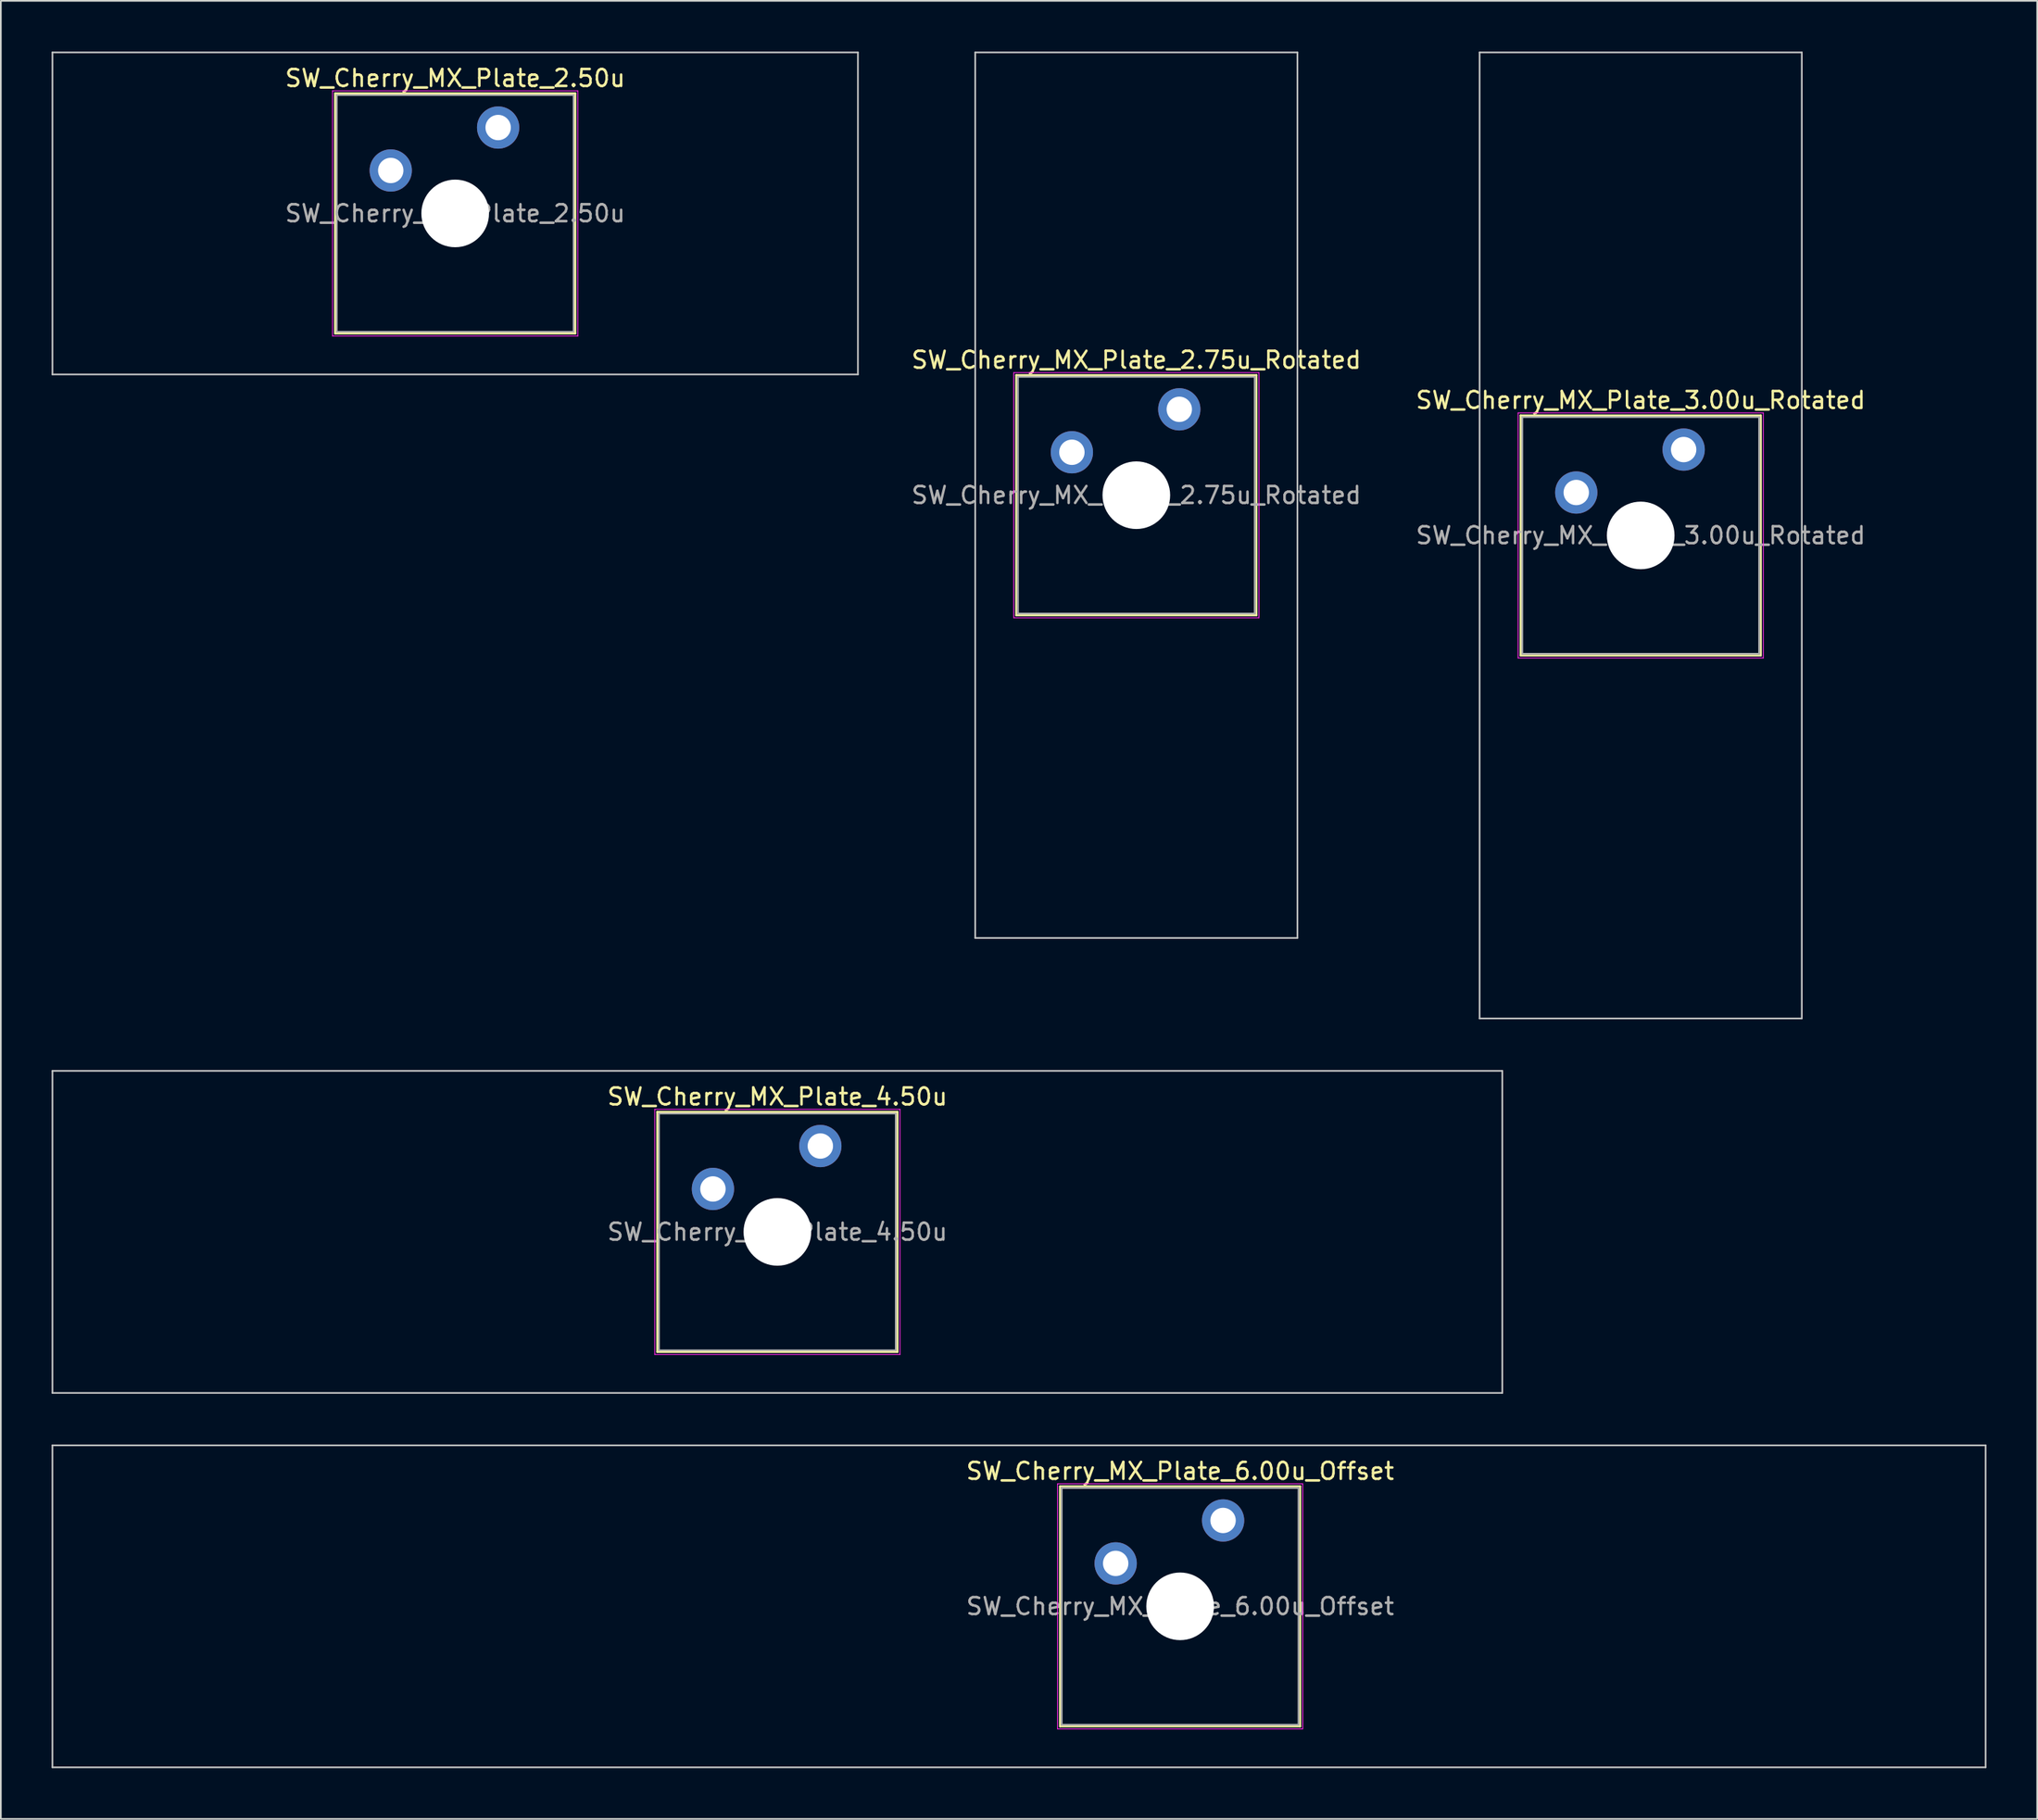
<source format=kicad_pcb>
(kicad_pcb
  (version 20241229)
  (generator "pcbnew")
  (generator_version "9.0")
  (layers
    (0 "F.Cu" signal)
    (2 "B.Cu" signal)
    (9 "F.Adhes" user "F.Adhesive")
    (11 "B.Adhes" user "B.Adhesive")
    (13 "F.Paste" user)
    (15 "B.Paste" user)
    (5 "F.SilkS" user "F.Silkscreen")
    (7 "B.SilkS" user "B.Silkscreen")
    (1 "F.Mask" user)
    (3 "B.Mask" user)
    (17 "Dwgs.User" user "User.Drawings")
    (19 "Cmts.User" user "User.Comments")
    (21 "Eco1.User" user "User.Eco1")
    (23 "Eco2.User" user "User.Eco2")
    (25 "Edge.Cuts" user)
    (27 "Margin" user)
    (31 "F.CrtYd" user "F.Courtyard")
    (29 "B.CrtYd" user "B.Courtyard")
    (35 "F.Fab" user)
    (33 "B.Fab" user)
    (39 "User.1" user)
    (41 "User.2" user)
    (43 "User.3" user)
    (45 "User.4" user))
  (footprint "SW_Cherry_MX_Plate_2.50u"
    (layer "F.Cu")
    (at 23.863 9.575)
    (property "Reference" "SW_Cherry_MX_Plate_2.50u" (at 0 -8 0) (layer "F.SilkS") (effects (font (size 1 1) (thickness 0.15))))
    (attr through_hole)
    (fp_line (start -7.1 -7.1) (end -7.1 7.1) (stroke (width 0.12) (type solid)) (layer "F.SilkS"))
    (fp_line (start -7.1 7.1) (end 7.1 7.1) (stroke (width 0.12) (type solid)) (layer "F.SilkS"))
    (fp_line (start 7.1 -7.1) (end -7.1 -7.1) (stroke (width 0.12) (type solid)) (layer "F.SilkS"))
    (fp_line (start 7.1 7.1) (end 7.1 -7.1) (stroke (width 0.12) (type solid)) (layer "F.SilkS"))
    (fp_line (start -23.812 -9.525) (end -23.812 9.525) (stroke (width 0.1) (type solid)) (layer "Dwgs.User"))
    (fp_line (start -23.812 9.525) (end 23.812 9.525) (stroke (width 0.1) (type solid)) (layer "Dwgs.User"))
    (fp_line (start 23.812 -9.525) (end -23.812 -9.525) (stroke (width 0.1) (type solid)) (layer "Dwgs.User"))
    (fp_line (start 23.812 9.525) (end 23.812 -9.525) (stroke (width 0.1) (type solid)) (layer "Dwgs.User"))
    (fp_line (start -7.25 -7.25) (end -7.25 7.25) (stroke (width 0.05) (type solid)) (layer "F.CrtYd"))
    (fp_line (start -7.25 7.25) (end 7.25 7.25) (stroke (width 0.05) (type solid)) (layer "F.CrtYd"))
    (fp_line (start 7.25 -7.25) (end -7.25 -7.25) (stroke (width 0.05) (type solid)) (layer "F.CrtYd"))
    (fp_line (start 7.25 7.25) (end 7.25 -7.25) (stroke (width 0.05) (type solid)) (layer "F.CrtYd"))
    (fp_line (start -7 -7) (end -7 7) (stroke (width 0.1) (type solid)) (layer "F.Fab"))
    (fp_line (start -7 7) (end 7 7) (stroke (width 0.1) (type solid)) (layer "F.Fab"))
    (fp_line (start 7 -7) (end -7 -7) (stroke (width 0.1) (type solid)) (layer "F.Fab"))
    (fp_line (start 7 7) (end 7 -7) (stroke (width 0.1) (type solid)) (layer "F.Fab"))
    (fp_text user "${REFERENCE}" (at 0 0 0) (layer "F.Fab") (effects (font (size 1 1) (thickness 0.15))))
    (pad "" np_thru_hole circle (at 0 0) (size 4 4) (drill 4) (layers "*.Cu" "*.Mask"))
    (pad "1" thru_hole circle (at -3.81 -2.54) (size 2.5 2.5) (drill 1.5) (layers "*.Cu" "B.Mask"))
    (pad "2" thru_hole circle (at 2.54 -5.08) (size 2.5 2.5) (drill 1.5) (layers "*.Cu" "B.Mask")))
  (footprint "SW_Cherry_MX_Plate_2.75u_Rotated"
    (layer "F.Cu")
    (at 64.136 26.244)
    (property "Reference" "SW_Cherry_MX_Plate_2.75u_Rotated" (at 0 -8 0) (layer "F.SilkS") (effects (font (size 1 1) (thickness 0.15))))
    (attr through_hole)
    (fp_line (start -7.1 -7.1) (end -7.1 7.1) (stroke (width 0.12) (type solid)) (layer "F.SilkS"))
    (fp_line (start -7.1 7.1) (end 7.1 7.1) (stroke (width 0.12) (type solid)) (layer "F.SilkS"))
    (fp_line (start 7.1 -7.1) (end -7.1 -7.1) (stroke (width 0.12) (type solid)) (layer "F.SilkS"))
    (fp_line (start 7.1 7.1) (end 7.1 -7.1) (stroke (width 0.12) (type solid)) (layer "F.SilkS"))
    (fp_line (start -9.525 -26.194) (end -9.525 26.194) (stroke (width 0.1) (type solid)) (layer "Dwgs.User"))
    (fp_line (start -9.525 26.194) (end 9.525 26.194) (stroke (width 0.1) (type solid)) (layer "Dwgs.User"))
    (fp_line (start 9.525 -26.194) (end -9.525 -26.194) (stroke (width 0.1) (type solid)) (layer "Dwgs.User"))
    (fp_line (start 9.525 26.194) (end 9.525 -26.194) (stroke (width 0.1) (type solid)) (layer "Dwgs.User"))
    (fp_line (start -7.25 -7.25) (end -7.25 7.25) (stroke (width 0.05) (type solid)) (layer "F.CrtYd"))
    (fp_line (start -7.25 7.25) (end 7.25 7.25) (stroke (width 0.05) (type solid)) (layer "F.CrtYd"))
    (fp_line (start 7.25 -7.25) (end -7.25 -7.25) (stroke (width 0.05) (type solid)) (layer "F.CrtYd"))
    (fp_line (start 7.25 7.25) (end 7.25 -7.25) (stroke (width 0.05) (type solid)) (layer "F.CrtYd"))
    (fp_line (start -7 -7) (end -7 7) (stroke (width 0.1) (type solid)) (layer "F.Fab"))
    (fp_line (start -7 7) (end 7 7) (stroke (width 0.1) (type solid)) (layer "F.Fab"))
    (fp_line (start 7 -7) (end -7 -7) (stroke (width 0.1) (type solid)) (layer "F.Fab"))
    (fp_line (start 7 7) (end 7 -7) (stroke (width 0.1) (type solid)) (layer "F.Fab"))
    (fp_text user "${REFERENCE}" (at 0 0 0) (layer "F.Fab") (effects (font (size 1 1) (thickness 0.15))))
    (pad "" np_thru_hole circle (at 0 0) (size 4 4) (drill 4) (layers "*.Cu" "*.Mask"))
    (pad "1" thru_hole circle (at -3.81 -2.54) (size 2.5 2.5) (drill 1.5) (layers "*.Cu" "B.Mask"))
    (pad "2" thru_hole circle (at 2.54 -5.08) (size 2.5 2.5) (drill 1.5) (layers "*.Cu" "B.Mask")))
  (footprint "SW_Cherry_MX_Plate_3.00u_Rotated"
    (layer "F.Cu")
    (at 93.957 28.625)
    (property "Reference" "SW_Cherry_MX_Plate_3.00u_Rotated" (at 0 -8 0) (layer "F.SilkS") (effects (font (size 1 1) (thickness 0.15))))
    (attr through_hole)
    (fp_line (start -7.1 -7.1) (end -7.1 7.1) (stroke (width 0.12) (type solid)) (layer "F.SilkS"))
    (fp_line (start -7.1 7.1) (end 7.1 7.1) (stroke (width 0.12) (type solid)) (layer "F.SilkS"))
    (fp_line (start 7.1 -7.1) (end -7.1 -7.1) (stroke (width 0.12) (type solid)) (layer "F.SilkS"))
    (fp_line (start 7.1 7.1) (end 7.1 -7.1) (stroke (width 0.12) (type solid)) (layer "F.SilkS"))
    (fp_line (start -9.525 -28.575) (end -9.525 28.575) (stroke (width 0.1) (type solid)) (layer "Dwgs.User"))
    (fp_line (start -9.525 28.575) (end 9.525 28.575) (stroke (width 0.1) (type solid)) (layer "Dwgs.User"))
    (fp_line (start 9.525 -28.575) (end -9.525 -28.575) (stroke (width 0.1) (type solid)) (layer "Dwgs.User"))
    (fp_line (start 9.525 28.575) (end 9.525 -28.575) (stroke (width 0.1) (type solid)) (layer "Dwgs.User"))
    (fp_line (start -7.25 -7.25) (end -7.25 7.25) (stroke (width 0.05) (type solid)) (layer "F.CrtYd"))
    (fp_line (start -7.25 7.25) (end 7.25 7.25) (stroke (width 0.05) (type solid)) (layer "F.CrtYd"))
    (fp_line (start 7.25 -7.25) (end -7.25 -7.25) (stroke (width 0.05) (type solid)) (layer "F.CrtYd"))
    (fp_line (start 7.25 7.25) (end 7.25 -7.25) (stroke (width 0.05) (type solid)) (layer "F.CrtYd"))
    (fp_line (start -7 -7) (end -7 7) (stroke (width 0.1) (type solid)) (layer "F.Fab"))
    (fp_line (start -7 7) (end 7 7) (stroke (width 0.1) (type solid)) (layer "F.Fab"))
    (fp_line (start 7 -7) (end -7 -7) (stroke (width 0.1) (type solid)) (layer "F.Fab"))
    (fp_line (start 7 7) (end 7 -7) (stroke (width 0.1) (type solid)) (layer "F.Fab"))
    (fp_text user "${REFERENCE}" (at 0 0 0) (layer "F.Fab") (effects (font (size 1 1) (thickness 0.15))))
    (pad "" np_thru_hole circle (at 0 0) (size 4 4) (drill 4) (layers "*.Cu" "*.Mask"))
    (pad "1" thru_hole circle (at -3.81 -2.54) (size 2.5 2.5) (drill 1.5) (layers "*.Cu" "B.Mask"))
    (pad "2" thru_hole circle (at 2.54 -5.08) (size 2.5 2.5) (drill 1.5) (layers "*.Cu" "B.Mask")))
  (footprint "SW_Cherry_MX_Plate_4.50u"
    (layer "F.Cu")
    (at 42.913 69.825)
    (property "Reference" "SW_Cherry_MX_Plate_4.50u" (at 0 -8 0) (layer "F.SilkS") (effects (font (size 1 1) (thickness 0.15))))
    (attr through_hole)
    (fp_line (start -7.1 -7.1) (end -7.1 7.1) (stroke (width 0.12) (type solid)) (layer "F.SilkS"))
    (fp_line (start -7.1 7.1) (end 7.1 7.1) (stroke (width 0.12) (type solid)) (layer "F.SilkS"))
    (fp_line (start 7.1 -7.1) (end -7.1 -7.1) (stroke (width 0.12) (type solid)) (layer "F.SilkS"))
    (fp_line (start 7.1 7.1) (end 7.1 -7.1) (stroke (width 0.12) (type solid)) (layer "F.SilkS"))
    (fp_line (start -42.862 -9.525) (end -42.862 9.525) (stroke (width 0.1) (type solid)) (layer "Dwgs.User"))
    (fp_line (start -42.862 9.525) (end 42.862 9.525) (stroke (width 0.1) (type solid)) (layer "Dwgs.User"))
    (fp_line (start 42.862 -9.525) (end -42.862 -9.525) (stroke (width 0.1) (type solid)) (layer "Dwgs.User"))
    (fp_line (start 42.862 9.525) (end 42.862 -9.525) (stroke (width 0.1) (type solid)) (layer "Dwgs.User"))
    (fp_line (start -7.25 -7.25) (end -7.25 7.25) (stroke (width 0.05) (type solid)) (layer "F.CrtYd"))
    (fp_line (start -7.25 7.25) (end 7.25 7.25) (stroke (width 0.05) (type solid)) (layer "F.CrtYd"))
    (fp_line (start 7.25 -7.25) (end -7.25 -7.25) (stroke (width 0.05) (type solid)) (layer "F.CrtYd"))
    (fp_line (start 7.25 7.25) (end 7.25 -7.25) (stroke (width 0.05) (type solid)) (layer "F.CrtYd"))
    (fp_line (start -7 -7) (end -7 7) (stroke (width 0.1) (type solid)) (layer "F.Fab"))
    (fp_line (start -7 7) (end 7 7) (stroke (width 0.1) (type solid)) (layer "F.Fab"))
    (fp_line (start 7 -7) (end -7 -7) (stroke (width 0.1) (type solid)) (layer "F.Fab"))
    (fp_line (start 7 7) (end 7 -7) (stroke (width 0.1) (type solid)) (layer "F.Fab"))
    (fp_text user "${REFERENCE}" (at 0 0 0) (layer "F.Fab") (effects (font (size 1 1) (thickness 0.15))))
    (pad "" np_thru_hole circle (at 0 0) (size 4 4) (drill 4) (layers "*.Cu" "*.Mask"))
    (pad "1" thru_hole circle (at -3.81 -2.54) (size 2.5 2.5) (drill 1.5) (layers "*.Cu" "B.Mask"))
    (pad "2" thru_hole circle (at 2.54 -5.08) (size 2.5 2.5) (drill 1.5) (layers "*.Cu" "B.Mask")))
  (footprint "SW_Cherry_MX_Plate_6.00u_Offset"
    (layer "F.Cu")
    (at 66.725 91.975)
    (property "Reference" "SW_Cherry_MX_Plate_6.00u_Offset" (at 0 -8 0) (layer "F.SilkS") (effects (font (size 1 1) (thickness 0.15))))
    (attr through_hole)
    (fp_line (start -7.1 -7.1) (end -7.1 7.1) (stroke (width 0.12) (type solid)) (layer "F.SilkS"))
    (fp_line (start -7.1 7.1) (end 7.1 7.1) (stroke (width 0.12) (type solid)) (layer "F.SilkS"))
    (fp_line (start 7.1 -7.1) (end -7.1 -7.1) (stroke (width 0.12) (type solid)) (layer "F.SilkS"))
    (fp_line (start 7.1 7.1) (end 7.1 -7.1) (stroke (width 0.12) (type solid)) (layer "F.SilkS"))
    (fp_line (start -66.675 -9.525) (end -66.675 9.525) (stroke (width 0.1) (type solid)) (layer "Dwgs.User"))
    (fp_line (start -66.675 9.525) (end 47.625 9.525) (stroke (width 0.1) (type solid)) (layer "Dwgs.User"))
    (fp_line (start 47.625 -9.525) (end -66.675 -9.525) (stroke (width 0.1) (type solid)) (layer "Dwgs.User"))
    (fp_line (start 47.625 9.525) (end 47.625 -9.525) (stroke (width 0.1) (type solid)) (layer "Dwgs.User"))
    (fp_line (start -7.25 -7.25) (end -7.25 7.25) (stroke (width 0.05) (type solid)) (layer "F.CrtYd"))
    (fp_line (start -7.25 7.25) (end 7.25 7.25) (stroke (width 0.05) (type solid)) (layer "F.CrtYd"))
    (fp_line (start 7.25 -7.25) (end -7.25 -7.25) (stroke (width 0.05) (type solid)) (layer "F.CrtYd"))
    (fp_line (start 7.25 7.25) (end 7.25 -7.25) (stroke (width 0.05) (type solid)) (layer "F.CrtYd"))
    (fp_line (start -7 -7) (end -7 7) (stroke (width 0.1) (type solid)) (layer "F.Fab"))
    (fp_line (start -7 7) (end 7 7) (stroke (width 0.1) (type solid)) (layer "F.Fab"))
    (fp_line (start 7 -7) (end -7 -7) (stroke (width 0.1) (type solid)) (layer "F.Fab"))
    (fp_line (start 7 7) (end 7 -7) (stroke (width 0.1) (type solid)) (layer "F.Fab"))
    (fp_text user "${REFERENCE}" (at 0 0 0) (layer "F.Fab") (effects (font (size 1 1) (thickness 0.15))))
    (pad "" np_thru_hole circle (at 0 0) (size 4 4) (drill 4) (layers "*.Cu" "*.Mask"))
    (pad "1" thru_hole circle (at -3.81 -2.54) (size 2.5 2.5) (drill 1.5) (layers "*.Cu" "B.Mask"))
    (pad "2" thru_hole circle (at 2.54 -5.08) (size 2.5 2.5) (drill 1.5) (layers "*.Cu" "B.Mask")))
  (gr_rect
    (start -3 -3)
    (end 117.4 104.55)
    (stroke (width 0.1) (type default))
    (fill no)
    (layer "Edge.Cuts")))
</source>
